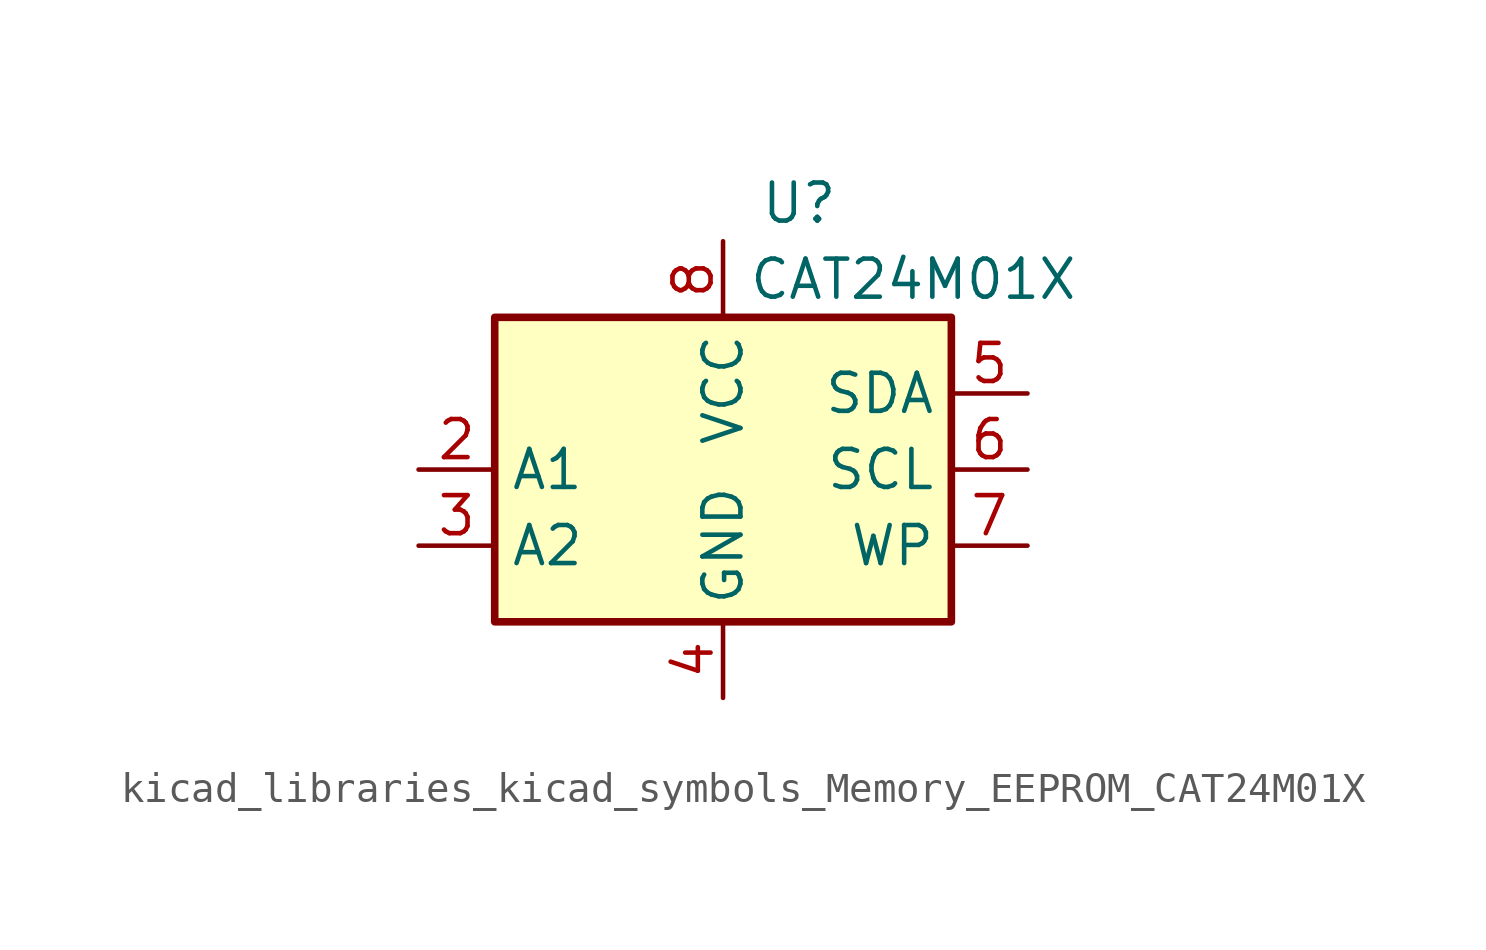
<source format=kicad_sym>
(kicad_symbol_lib
  (version 20220914)
  (generator kicad_symbol_editor)
  (symbol "kicad_libraries_kicad_symbols_Memory_EEPROM_CAT24M01X"
    (property "Reference" "U"
      (at 2.54 8.89 0)
      (effects (font (size 1.27 1.27))))
    (property "Value" "CAT24M01X"
      (at 6.35 6.35 0)
      (effects (font (size 1.27 1.27))))
    (symbol "kicad_libraries_kicad_symbols_Memory_EEPROM_CAT24M01X_1_1"
      (rectangle (start -7.62 5.08) (end 7.62 -5.08) (stroke (width 0.254) (type default)) (fill (type background)))
      (pin no_connect line (at -7.62 2.54 0) (length 2.54) hide (name "NC" (effects (font (size 1.27 1.27)))) (number "1" (effects (font (size 1.27 1.27)))))
      (pin input line (at -10.16 0 0) (length 2.54) (name "A1" (effects (font (size 1.27 1.27)))) (number "2" (effects (font (size 1.27 1.27)))))
      (pin input line (at -10.16 -2.54 0) (length 2.54) (name "A2" (effects (font (size 1.27 1.27)))) (number "3" (effects (font (size 1.27 1.27)))))
      (pin power_in line (at 0 -7.62 90) (length 2.54) (name "GND" (effects (font (size 1.27 1.27)))) (number "4" (effects (font (size 1.27 1.27)))))
      (pin bidirectional line (at 10.16 2.54 180) (length 2.54) (name "SDA" (effects (font (size 1.27 1.27)))) (number "5" (effects (font (size 1.27 1.27)))))
      (pin input line (at 10.16 0 180) (length 2.54) (name "SCL" (effects (font (size 1.27 1.27)))) (number "6" (effects (font (size 1.27 1.27)))))
      (pin input line (at 10.16 -2.54 180) (length 2.54) (name "WP" (effects (font (size 1.27 1.27)))) (number "7" (effects (font (size 1.27 1.27)))))
      (pin power_in line (at 0 7.62 270) (length 2.54) (name "VCC" (effects (font (size 1.27 1.27)))) (number "8" (effects (font (size 1.27 1.27))))))))
</source>
